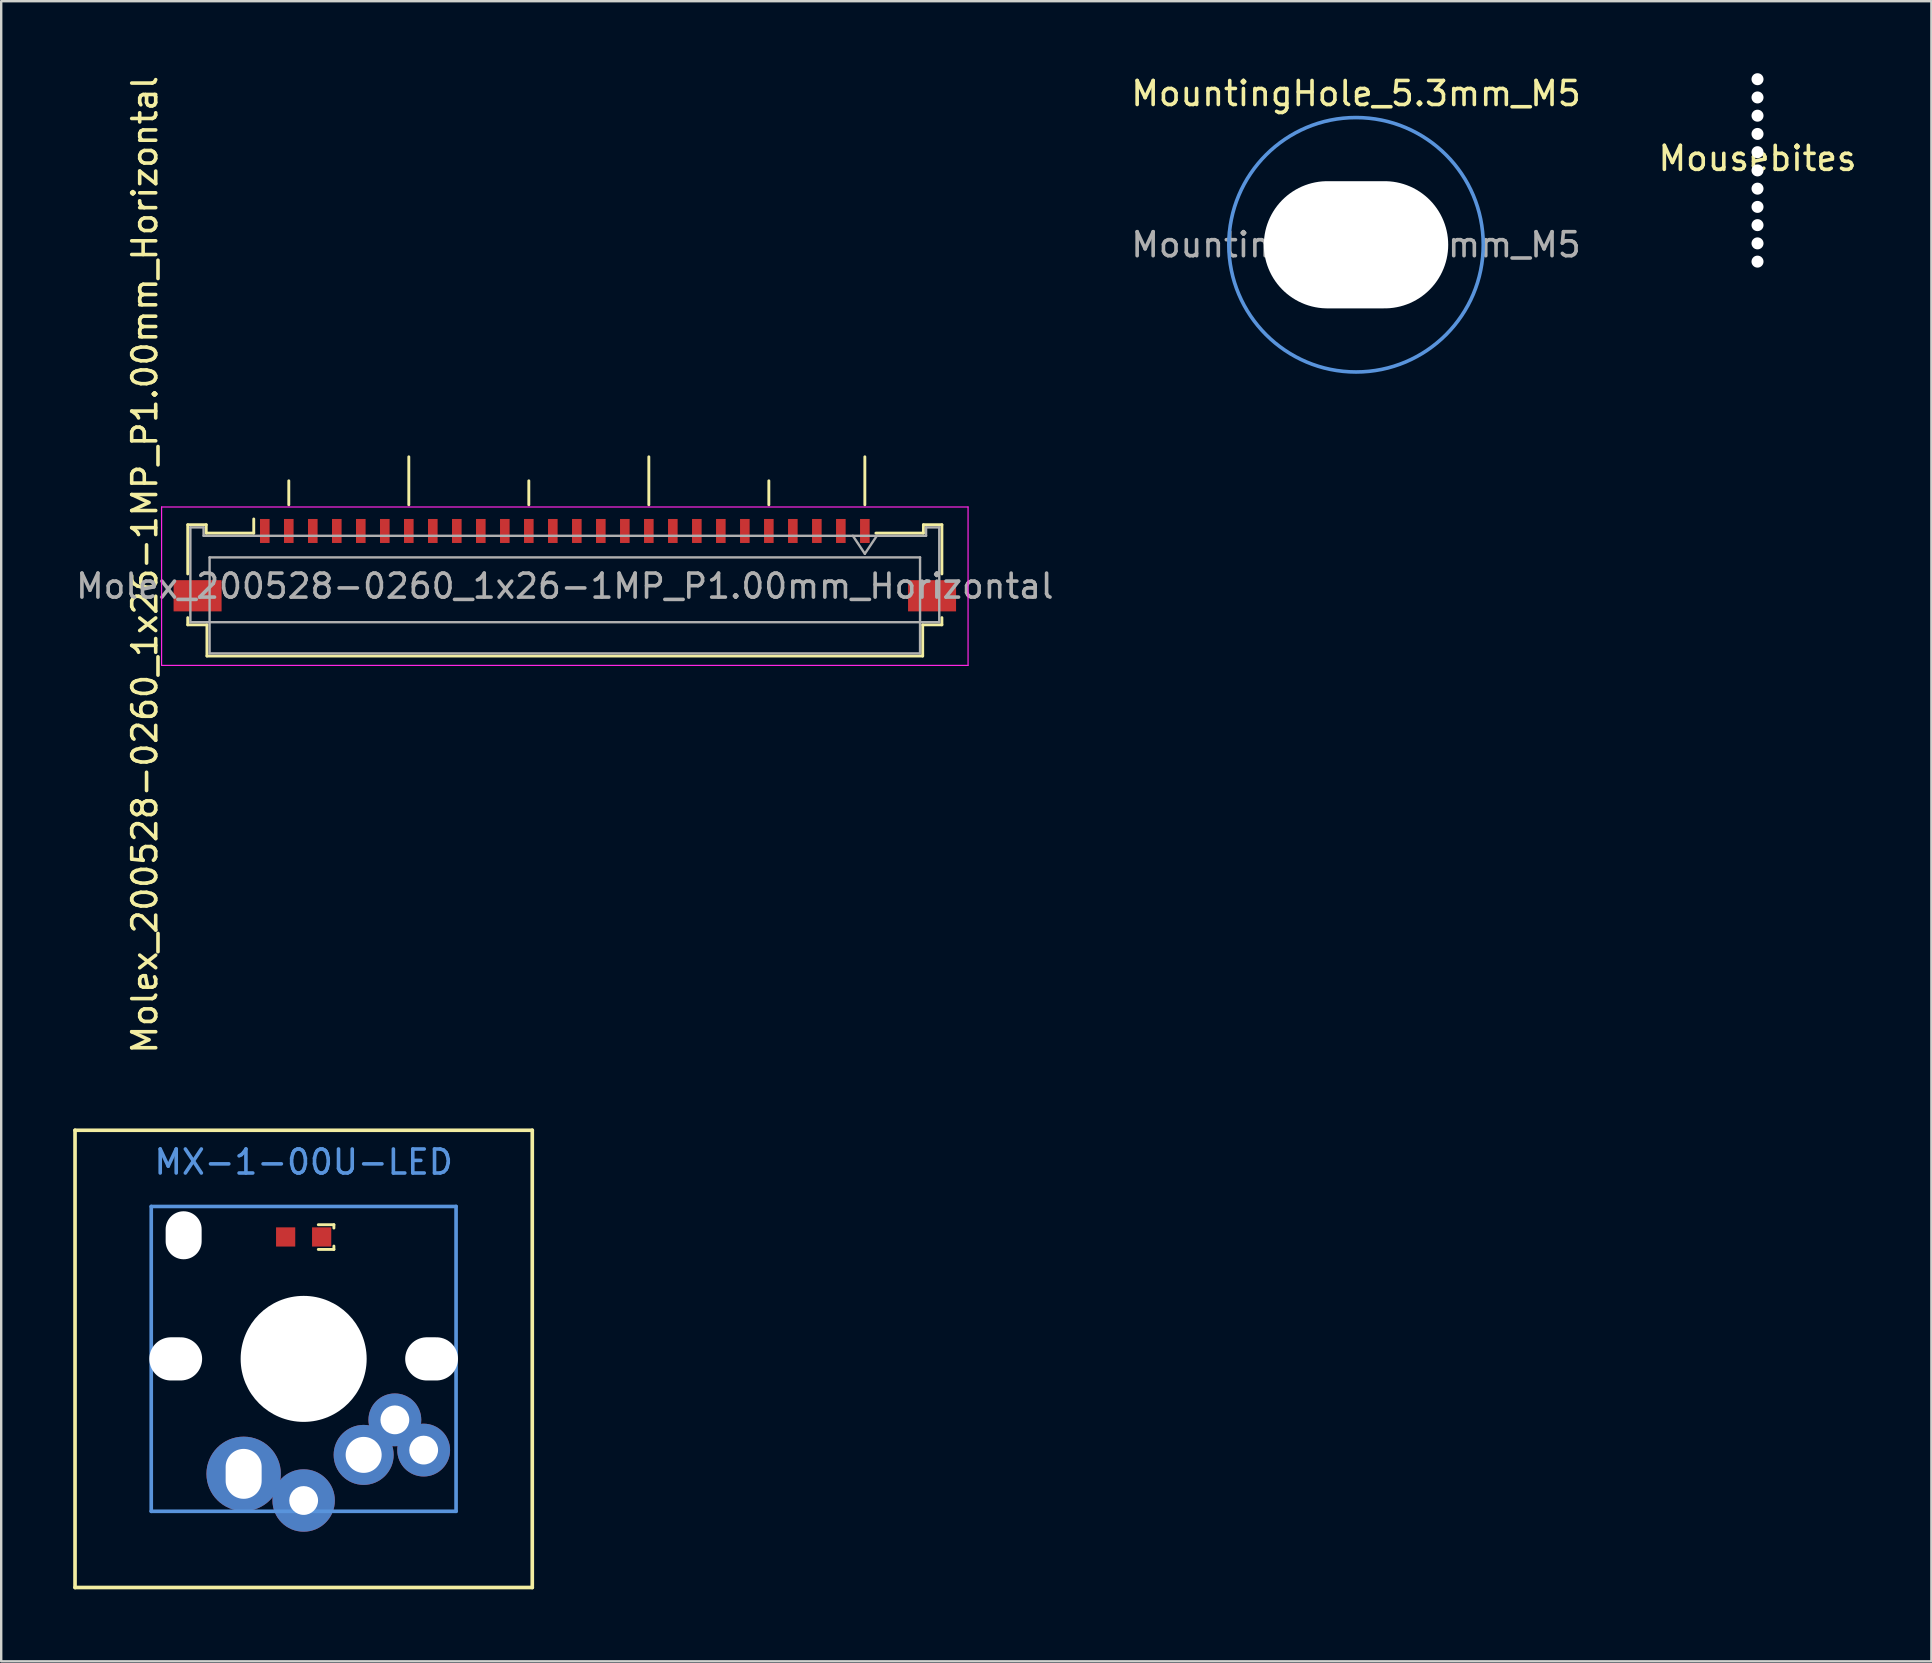
<source format=kicad_pcb>
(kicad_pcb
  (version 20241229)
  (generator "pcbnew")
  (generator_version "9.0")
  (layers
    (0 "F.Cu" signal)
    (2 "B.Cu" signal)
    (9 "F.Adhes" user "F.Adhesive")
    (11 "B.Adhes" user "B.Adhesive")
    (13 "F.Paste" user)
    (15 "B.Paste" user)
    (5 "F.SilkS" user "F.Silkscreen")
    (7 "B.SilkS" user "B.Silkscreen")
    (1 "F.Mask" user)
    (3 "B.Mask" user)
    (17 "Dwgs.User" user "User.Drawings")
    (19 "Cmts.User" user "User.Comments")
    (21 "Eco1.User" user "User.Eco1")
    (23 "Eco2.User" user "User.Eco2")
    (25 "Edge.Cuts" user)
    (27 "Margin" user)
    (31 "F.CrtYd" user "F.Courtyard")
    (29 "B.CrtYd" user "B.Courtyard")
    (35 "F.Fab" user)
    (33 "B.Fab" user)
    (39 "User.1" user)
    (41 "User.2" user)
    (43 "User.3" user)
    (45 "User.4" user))
  (footprint "MX-1-00U-LED"
    (layer "F.Cu")
    (at 9.601 48.485)
    (property "Reference" "MX-1-00U-LED" (at 0 -3.12 0) (layer "Cmts.User") (effects (font (size 1 1) (thickness 0.15))))
    (fp_line (start -9.525 -4.445) (end 9.525 -4.445) (stroke (width 0.152) (type solid)) (layer "F.SilkS"))
    (fp_line (start -9.525 14.605) (end -9.525 -4.445) (stroke (width 0.152) (type solid)) (layer "F.SilkS"))
    (fp_line (start 0.61 -0.51) (end 1.26 -0.51) (stroke (width 0.12) (type solid)) (layer "F.SilkS"))
    (fp_line (start 0.61 0.52) (end 1.26 0.52) (stroke (width 0.12) (type solid)) (layer "F.SilkS"))
    (fp_line (start 1.26 -0.51) (end 1.26 -0.37) (stroke (width 0.12) (type solid)) (layer "F.SilkS"))
    (fp_line (start 1.26 0.52) (end 1.26 0.38) (stroke (width 0.12) (type solid)) (layer "F.SilkS"))
    (fp_line (start 9.525 -4.445) (end 9.525 14.605) (stroke (width 0.152) (type solid)) (layer "F.SilkS"))
    (fp_line (start 9.525 14.605) (end -9.525 14.605) (stroke (width 0.152) (type solid)) (layer "F.SilkS"))
    (fp_line (start -6.35 -1.27) (end 6.35 -1.27) (stroke (width 0.152) (type solid)) (layer "Cmts.User"))
    (fp_line (start -6.35 11.43) (end -6.35 -1.27) (stroke (width 0.152) (type solid)) (layer "Cmts.User"))
    (fp_line (start 6.35 -1.27) (end 6.35 11.43) (stroke (width 0.152) (type solid)) (layer "Cmts.User"))
    (fp_line (start 6.35 11.43) (end -6.35 11.43) (stroke (width 0.152) (type solid)) (layer "Cmts.User"))
    (fp_line (start -7.798 -0.925) (end -6.985 -0.925) (stroke (width 0.152) (type solid)) (layer "Eco2.User"))
    (fp_line (start -7.798 2.576) (end -7.798 -0.925) (stroke (width 0.152) (type solid)) (layer "Eco2.User"))
    (fp_line (start -7.798 7.584) (end -6.985 7.584) (stroke (width 0.152) (type solid)) (layer "Eco2.User"))
    (fp_line (start -7.798 11.085) (end -7.798 7.584) (stroke (width 0.152) (type solid)) (layer "Eco2.User"))
    (fp_line (start -6.985 -1.905) (end 6.985 -1.905) (stroke (width 0.152) (type solid)) (layer "Eco2.User"))
    (fp_line (start -6.985 -0.925) (end -6.985 -1.905) (stroke (width 0.152) (type solid)) (layer "Eco2.User"))
    (fp_line (start -6.985 2.576) (end -7.798 2.576) (stroke (width 0.152) (type solid)) (layer "Eco2.User"))
    (fp_line (start -6.985 7.584) (end -6.985 2.576) (stroke (width 0.152) (type solid)) (layer "Eco2.User"))
    (fp_line (start -6.985 11.085) (end -7.798 11.085) (stroke (width 0.152) (type solid)) (layer "Eco2.User"))
    (fp_line (start -6.985 12.065) (end -6.985 11.085) (stroke (width 0.152) (type solid)) (layer "Eco2.User"))
    (fp_line (start 6.985 -1.905) (end 6.985 -0.925) (stroke (width 0.152) (type solid)) (layer "Eco2.User"))
    (fp_line (start 6.985 -0.925) (end 7.798 -0.925) (stroke (width 0.152) (type solid)) (layer "Eco2.User"))
    (fp_line (start 6.985 2.576) (end 6.985 7.584) (stroke (width 0.152) (type solid)) (layer "Eco2.User"))
    (fp_line (start 6.985 7.584) (end 7.798 7.584) (stroke (width 0.152) (type solid)) (layer "Eco2.User"))
    (fp_line (start 6.985 11.085) (end 6.985 12.065) (stroke (width 0.152) (type solid)) (layer "Eco2.User"))
    (fp_line (start 6.985 12.065) (end -6.985 12.065) (stroke (width 0.152) (type solid)) (layer "Eco2.User"))
    (fp_line (start 7.798 -0.925) (end 7.798 2.576) (stroke (width 0.152) (type solid)) (layer "Eco2.User"))
    (fp_line (start 7.798 2.576) (end 6.985 2.576) (stroke (width 0.152) (type solid)) (layer "Eco2.User"))
    (fp_line (start 7.798 7.584) (end 7.798 11.085) (stroke (width 0.152) (type solid)) (layer "Eco2.User"))
    (fp_line (start 7.798 11.085) (end 6.985 11.085) (stroke (width 0.152) (type solid)) (layer "Eco2.User"))
    (pad "" np_thru_hole oval (at -5.33 5.08 270) (size 1.8 2.2) (drill oval 1.8 2.2) (layers "*.Cu" "*.Mask"))
    (pad "" np_thru_hole oval (at -5 -0.07 270) (size 2 1.5) (drill oval 2 1.5) (layers "*.Cu" "*.Mask"))
    (pad "" np_thru_hole circle (at 0 5.08 180) (size 5.25 5.25) (drill 5.25) (layers "*.Cu" "*.Mask"))
    (pad "" np_thru_hole oval (at 5.33 5.08 270) (size 1.8 2.2) (drill oval 1.8 2.2) (layers "*.Cu" "*.Mask"))
    (pad "1" thru_hole circle (at -2.5 9.87) (size 3.1 3.1) (drill oval 1.5 2.08) (layers "*.Cu" "*.Mask"))
    (pad "1" thru_hole circle (at 0 10.98 90) (size 2.6 2.6) (drill 1.2) (layers "*.Cu" "*.Mask"))
    (pad "2" thru_hole circle (at 2.5 9.08 90) (size 2.5 2.5) (drill 1.5) (layers "*.Cu" "*.Mask"))
    (pad "2" thru_hole circle (at 3.8 7.62 225) (size 2.2 2.2) (drill 1.2) (layers "*.Cu" "*.Mask"))
    (pad "2" thru_hole circle (at 5 8.88 270) (size 2.2 2.2) (drill 1.2) (layers "*.Cu" "*.Mask"))
    (pad "3" smd rect (at 0.75 0 90) (size 0.8 0.8) (layers "F.Cu" "F.Mask" "F.Paste"))
    (pad "4" smd rect (at -0.75 0 90) (size 0.8 0.8) (layers "F.Cu" "F.Mask" "F.Paste")))
  (footprint "Molex_200528-0260_1x26-1MP_P1.00mm_Horizontal"
    (layer "F.Cu")
    (at 20.482 19.982)
    (property "Reference" "Molex_200528-0260_1x26-1MP_P1.00mm_Horizontal" (at -17.5 0.5 270) (layer "F.SilkS") (effects (font (size 1 1) (thickness 0.15))))
    (attr smd)
    (fp_line (start -15.71 -1.17) (end -15.71 0.88) (stroke (width 0.12) (type solid)) (layer "F.SilkS"))
    (fp_line (start -15.71 2.7) (end -15.71 3) (stroke (width 0.12) (type solid)) (layer "F.SilkS"))
    (fp_line (start -15.71 3) (end -14.91 3) (stroke (width 0.12) (type solid)) (layer "F.SilkS"))
    (fp_line (start -14.94 -1.17) (end -15.71 -1.17) (stroke (width 0.12) (type solid)) (layer "F.SilkS"))
    (fp_line (start -14.94 -0.82) (end -14.94 -1.17) (stroke (width 0.12) (type solid)) (layer "F.SilkS"))
    (fp_line (start -14.91 3) (end -14.91 4.3) (stroke (width 0.12) (type solid)) (layer "F.SilkS"))
    (fp_line (start -14.91 4.3) (end 14.91 4.3) (stroke (width 0.12) (type solid)) (layer "F.SilkS"))
    (fp_line (start -12.96 -1.41) (end -12.96 -0.82) (stroke (width 0.12) (type solid)) (layer "F.SilkS"))
    (fp_line (start -12.96 -0.82) (end -14.94 -0.82) (stroke (width 0.12) (type solid)) (layer "F.SilkS"))
    (fp_line (start -11.5 -2) (end -11.5 -3) (stroke (width 0.12) (type default)) (layer "F.SilkS"))
    (fp_line (start -6.5 -2) (end -6.5 -4) (stroke (width 0.12) (type default)) (layer "F.SilkS"))
    (fp_line (start -1.5 -2) (end -1.5 -3) (stroke (width 0.12) (type default)) (layer "F.SilkS"))
    (fp_line (start 3.5 -2) (end 3.5 -4) (stroke (width 0.12) (type default)) (layer "F.SilkS"))
    (fp_line (start 8.5 -2) (end 8.5 -3) (stroke (width 0.12) (type default)) (layer "F.SilkS"))
    (fp_line (start 12.5 -2) (end 12.5 -4) (stroke (width 0.12) (type default)) (layer "F.SilkS"))
    (fp_line (start 14.91 3) (end 15.71 3) (stroke (width 0.12) (type solid)) (layer "F.SilkS"))
    (fp_line (start 14.91 4.3) (end 14.91 3) (stroke (width 0.12) (type solid)) (layer "F.SilkS"))
    (fp_line (start 14.94 -1.17) (end 14.94 -0.82) (stroke (width 0.12) (type solid)) (layer "F.SilkS"))
    (fp_line (start 14.94 -0.82) (end 12.96 -0.82) (stroke (width 0.12) (type solid)) (layer "F.SilkS"))
    (fp_line (start 15.71 -1.17) (end 14.94 -1.17) (stroke (width 0.12) (type solid)) (layer "F.SilkS"))
    (fp_line (start 15.71 0.88) (end 15.71 -1.17) (stroke (width 0.12) (type solid)) (layer "F.SilkS"))
    (fp_line (start 15.71 3) (end 15.71 2.7) (stroke (width 0.12) (type solid)) (layer "F.SilkS"))
    (fp_line (start -16.8 -1.91) (end -16.8 4.69) (stroke (width 0.05) (type solid)) (layer "F.CrtYd"))
    (fp_line (start -16.8 4.69) (end 16.8 4.69) (stroke (width 0.05) (type solid)) (layer "F.CrtYd"))
    (fp_line (start 16.8 -1.91) (end -16.8 -1.91) (stroke (width 0.05) (type solid)) (layer "F.CrtYd"))
    (fp_line (start 16.8 4.69) (end 16.8 -1.91) (stroke (width 0.05) (type solid)) (layer "F.CrtYd"))
    (fp_line (start -15.6 -1.06) (end -15.6 2.89) (stroke (width 0.1) (type solid)) (layer "F.Fab"))
    (fp_line (start -15.6 2.89) (end 15.6 2.89) (stroke (width 0.1) (type solid)) (layer "F.Fab"))
    (fp_line (start -15.05 -1.06) (end -15.6 -1.06) (stroke (width 0.1) (type solid)) (layer "F.Fab"))
    (fp_line (start -15.05 -0.71) (end -15.05 -1.06) (stroke (width 0.1) (type solid)) (layer "F.Fab"))
    (fp_line (start -14.8 0.19) (end -14.8 4.19) (stroke (width 0.1) (type solid)) (layer "F.Fab"))
    (fp_line (start -14.8 4.19) (end 14.8 4.19) (stroke (width 0.1) (type solid)) (layer "F.Fab"))
    (fp_line (start 12 -0.71) (end 12.5 0.04) (stroke (width 0.1) (type solid)) (layer "F.Fab"))
    (fp_line (start 12.5 0.04) (end 13 -0.71) (stroke (width 0.1) (type solid)) (layer "F.Fab"))
    (fp_line (start 14.8 0.19) (end -14.8 0.19) (stroke (width 0.1) (type solid)) (layer "F.Fab"))
    (fp_line (start 14.8 4.19) (end 14.8 0.19) (stroke (width 0.1) (type solid)) (layer "F.Fab"))
    (fp_line (start 15.05 -1.06) (end 15.05 -0.71) (stroke (width 0.1) (type solid)) (layer "F.Fab"))
    (fp_line (start 15.05 -0.71) (end -15.05 -0.71) (stroke (width 0.1) (type solid)) (layer "F.Fab"))
    (fp_line (start 15.6 -1.06) (end 15.05 -1.06) (stroke (width 0.1) (type solid)) (layer "F.Fab"))
    (fp_line (start 15.6 2.89) (end 15.6 -1.06) (stroke (width 0.1) (type solid)) (layer "F.Fab"))
    (fp_text user "${REFERENCE}" (at 0 1.39 0) (layer "F.Fab") (effects (font (size 1 1) (thickness 0.15))))
    (pad "1" smd rect (at 12.5 -0.91) (size 0.4 1) (layers "F.Cu" "F.Mask" "F.Paste"))
    (pad "2" smd rect (at 11.5 -0.91) (size 0.4 1) (layers "F.Cu" "F.Mask" "F.Paste"))
    (pad "3" smd rect (at 10.5 -0.91) (size 0.4 1) (layers "F.Cu" "F.Mask" "F.Paste"))
    (pad "4" smd rect (at 9.5 -0.91) (size 0.4 1) (layers "F.Cu" "F.Mask" "F.Paste"))
    (pad "5" smd rect (at 8.5 -0.91) (size 0.4 1) (layers "F.Cu" "F.Mask" "F.Paste"))
    (pad "6" smd rect (at 7.5 -0.91) (size 0.4 1) (layers "F.Cu" "F.Mask" "F.Paste"))
    (pad "7" smd rect (at 6.5 -0.91) (size 0.4 1) (layers "F.Cu" "F.Mask" "F.Paste"))
    (pad "8" smd rect (at 5.5 -0.91) (size 0.4 1) (layers "F.Cu" "F.Mask" "F.Paste"))
    (pad "9" smd rect (at 4.5 -0.91) (size 0.4 1) (layers "F.Cu" "F.Mask" "F.Paste"))
    (pad "10" smd rect (at 3.5 -0.91) (size 0.4 1) (layers "F.Cu" "F.Mask" "F.Paste"))
    (pad "11" smd rect (at 2.5 -0.91) (size 0.4 1) (layers "F.Cu" "F.Mask" "F.Paste"))
    (pad "12" smd rect (at 1.5 -0.91) (size 0.4 1) (layers "F.Cu" "F.Mask" "F.Paste"))
    (pad "13" smd rect (at 0.5 -0.91) (size 0.4 1) (layers "F.Cu" "F.Mask" "F.Paste"))
    (pad "14" smd rect (at -0.5 -0.91) (size 0.4 1) (layers "F.Cu" "F.Mask" "F.Paste"))
    (pad "15" smd rect (at -1.5 -0.91) (size 0.4 1) (layers "F.Cu" "F.Mask" "F.Paste"))
    (pad "16" smd rect (at -2.5 -0.91) (size 0.4 1) (layers "F.Cu" "F.Mask" "F.Paste"))
    (pad "17" smd rect (at -3.5 -0.91) (size 0.4 1) (layers "F.Cu" "F.Mask" "F.Paste"))
    (pad "18" smd rect (at -4.5 -0.91) (size 0.4 1) (layers "F.Cu" "F.Mask" "F.Paste"))
    (pad "19" smd rect (at -5.5 -0.91) (size 0.4 1) (layers "F.Cu" "F.Mask" "F.Paste"))
    (pad "20" smd rect (at -6.5 -0.91) (size 0.4 1) (layers "F.Cu" "F.Mask" "F.Paste"))
    (pad "21" smd rect (at -7.5 -0.91) (size 0.4 1) (layers "F.Cu" "F.Mask" "F.Paste"))
    (pad "22" smd rect (at -8.5 -0.91) (size 0.4 1) (layers "F.Cu" "F.Mask" "F.Paste"))
    (pad "23" smd rect (at -9.5 -0.91) (size 0.4 1) (layers "F.Cu" "F.Mask" "F.Paste"))
    (pad "24" smd rect (at -10.5 -0.91) (size 0.4 1) (layers "F.Cu" "F.Mask" "F.Paste"))
    (pad "25" smd rect (at -11.5 -0.91) (size 0.4 1) (layers "F.Cu" "F.Mask" "F.Paste"))
    (pad "26" smd rect (at -12.5 -0.91) (size 0.4 1) (layers "F.Cu" "F.Mask" "F.Paste"))
    (pad "MP" smd rect (at -15.3 1.79) (size 2 1.3) (layers "F.Cu" "F.Mask" "F.Paste"))
    (pad "MP" smd rect (at 15.3 1.79) (size 2 1.3) (layers "F.Cu" "F.Mask" "F.Paste")))
  (footprint "Mousebites"
    (layer "F.Cu")
    (at 70.173 4.05)
    (property "Reference" "Mousebites" (at 0 -0.5 0) (unlocked yes) (layer "F.SilkS") (effects (font (size 1 1) (thickness 0.15))))
    (pad "" np_thru_hole circle (at 0 -3.8) (size 0.5 0.5) (drill 0.5) (layers "*.Cu" "*.Mask"))
    (pad "" np_thru_hole circle (at 0 -3.04) (size 0.5 0.5) (drill 0.5) (layers "*.Cu" "*.Mask"))
    (pad "" np_thru_hole circle (at 0 -2.28) (size 0.5 0.5) (drill 0.5) (layers "*.Cu" "*.Mask"))
    (pad "" np_thru_hole circle (at 0 -1.52) (size 0.5 0.5) (drill 0.5) (layers "*.Cu" "*.Mask"))
    (pad "" np_thru_hole circle (at 0 -0.76) (size 0.5 0.5) (drill 0.5) (layers "*.Cu" "*.Mask"))
    (pad "" np_thru_hole circle (at 0 0) (size 0.5 0.5) (drill 0.5) (layers "*.Cu" "*.Mask"))
    (pad "" np_thru_hole circle (at 0 0.76) (size 0.5 0.5) (drill 0.5) (layers "*.Cu" "*.Mask"))
    (pad "" np_thru_hole circle (at 0 1.52) (size 0.5 0.5) (drill 0.5) (layers "*.Cu" "*.Mask"))
    (pad "" np_thru_hole circle (at 0 2.28) (size 0.5 0.5) (drill 0.5) (layers "*.Cu" "*.Mask"))
    (pad "" np_thru_hole circle (at 0 3.04) (size 0.5 0.5) (drill 0.5) (layers "*.Cu" "*.Mask"))
    (pad "" np_thru_hole circle (at 0 3.8) (size 0.5 0.5) (drill 0.5) (layers "*.Cu" "*.Mask")))
  (footprint "MountingHole_5.3mm_M5"
    (layer "F.Cu")
    (at 53.446 7.148)
    (property "Reference" "MountingHole_5.3mm_M5" (at 0 -6.3 0) (layer "F.SilkS") (effects (font (size 1 1) (thickness 0.15))))
    (attr exclude_from_pos_files exclude_from_bom)
    (fp_circle (center 0 0) (end 5.3 0) (stroke (width 0.15) (type solid)) (fill no) (layer "Cmts.User"))
    (fp_text user "${REFERENCE}" (at 0 0 0) (layer "F.Fab") (effects (font (size 1 1) (thickness 0.15))))
    (pad "" np_thru_hole oval (at 0 0) (size 7.681 5.3) (drill oval 7.681 5.3) (layers "*.Cu" "*.Mask")))
  (gr_rect
    (start -3 -3)
    (end 77.417 66.167)
    (stroke (width 0.1) (type default))
    (fill no)
    (layer "Edge.Cuts")))
</source>
